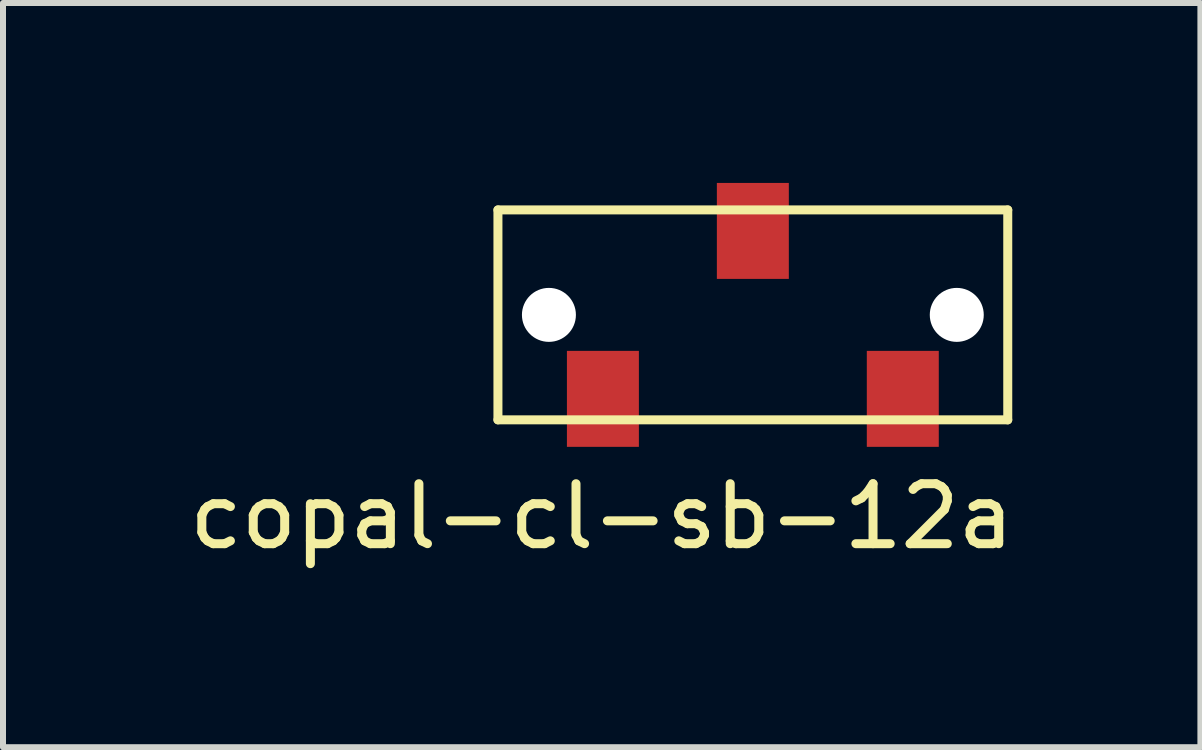
<source format=kicad_pcb>
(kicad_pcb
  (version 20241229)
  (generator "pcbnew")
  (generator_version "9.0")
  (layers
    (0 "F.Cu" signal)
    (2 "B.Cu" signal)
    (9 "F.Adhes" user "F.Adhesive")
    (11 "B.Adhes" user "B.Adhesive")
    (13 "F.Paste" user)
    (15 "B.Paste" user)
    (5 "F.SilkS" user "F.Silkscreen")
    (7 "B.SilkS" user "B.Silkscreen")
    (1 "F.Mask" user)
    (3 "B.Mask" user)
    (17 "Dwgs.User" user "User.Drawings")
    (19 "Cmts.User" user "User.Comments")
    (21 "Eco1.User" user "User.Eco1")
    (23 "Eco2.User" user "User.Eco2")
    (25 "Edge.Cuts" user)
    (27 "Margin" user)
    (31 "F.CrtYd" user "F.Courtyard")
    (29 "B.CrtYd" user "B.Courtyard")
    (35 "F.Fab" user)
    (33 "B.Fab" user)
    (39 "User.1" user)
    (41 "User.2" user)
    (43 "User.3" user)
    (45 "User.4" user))
  (footprint "copal-cl-sb-12a"
    (layer "F.Cu")
    (at 9.502 2.2)
    (property "Reference" "copal-cl-sb-12a" (at -2.52 3.36 0) (layer "F.SilkS") (effects (font (size 1 1) (thickness 0.15))))
    (attr through_hole)
    (fp_line (start -4.25 -1.75) (end 4.25 -1.75) (stroke (width 0.15) (type solid)) (layer "F.SilkS"))
    (fp_line (start -4.25 1.75) (end -4.25 -1.75) (stroke (width 0.15) (type solid)) (layer "F.SilkS"))
    (fp_line (start 4.25 -1.75) (end 4.25 1.75) (stroke (width 0.15) (type solid)) (layer "F.SilkS"))
    (fp_line (start 4.25 1.75) (end -4.25 1.75) (stroke (width 0.15) (type solid)) (layer "F.SilkS"))
    (pad "" np_thru_hole circle (at -3.4 0) (size 0.9 0.9) (drill 0.9) (layers "*.Cu" "*.Mask"))
    (pad "" np_thru_hole circle (at 3.4 0) (size 0.9 0.9) (drill 0.9) (layers "*.Cu" "*.Mask"))
    (pad "1" smd rect (at -2.5 1.4) (size 1.2 1.6) (layers "F.Cu" "F.Mask" "F.Paste"))
    (pad "2" smd rect (at 0 -1.4) (size 1.2 1.6) (layers "F.Cu" "F.Mask" "F.Paste"))
    (pad "3" smd rect (at 2.5 1.4) (size 1.2 1.6) (layers "F.Cu" "F.Mask" "F.Paste")))
  (gr_rect
    (start -3 -3)
    (end 16.964 9.408)
    (stroke (width 0.1) (type default))
    (fill no)
    (layer "Edge.Cuts")))
</source>
